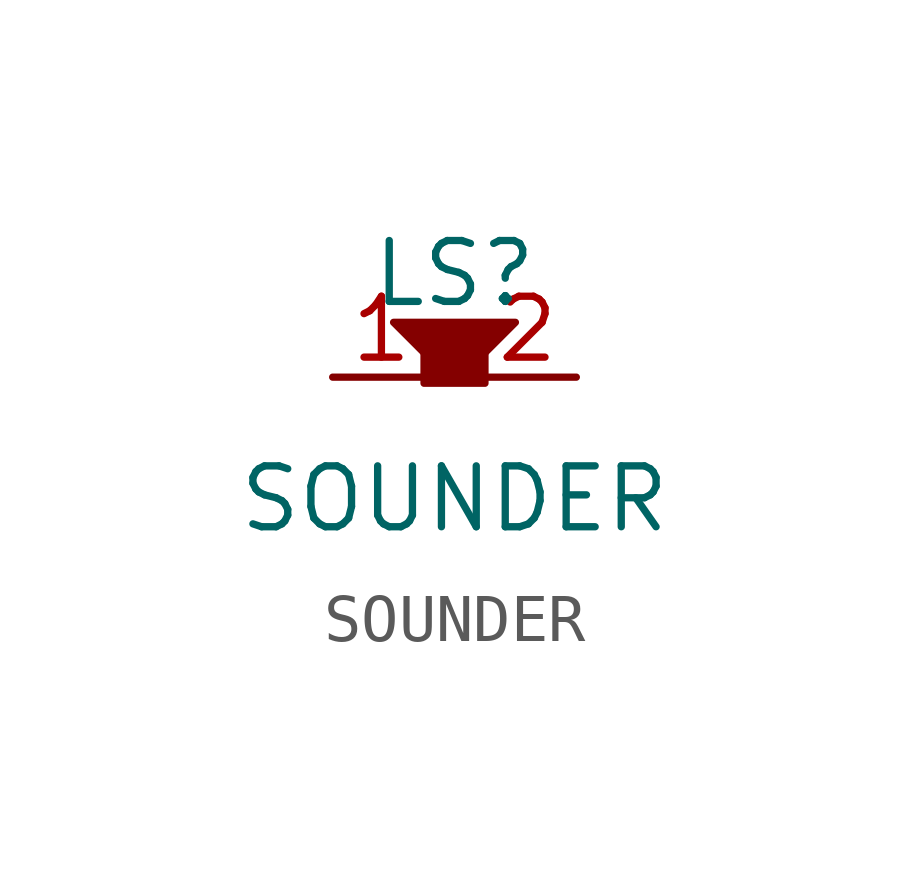
<source format=kicad_sym>
(kicad_symbol_lib
  (version 20211014)
  (generator kicad_symbol_editor)
  (symbol "SOUNDER"
    (pin_names
      (offset 0) hide)
    (property "Reference" "LS"
      (at 0 2.159 0)
      (effects (font (size 1.27 1.27))))
    (property "Value" "SOUNDER"
      (at 0 -2.54 0)
      (effects (font (size 1.27 1.27))))
    (symbol "SOUNDER_0_1"
      (rectangle (start -0.635 -0.127) (end 0.635 0.508) (stroke (width 0) (type default) (color 0 0 0 0)) (fill (type outline)))
      (polyline (pts (xy -0.635 0.508) (xy -1.27 1.143) (xy 1.27 1.143) (xy 0.635 0.508)) (stroke (width 0) (type default) (color 0 0 0 0)) (fill (type outline))))
    (symbol "SOUNDER_1_1"
      (pin passive line (at -2.54 0 0) (length 2.032) (name "~" (effects (font (size 1.27 1.27)))) (number "1" (effects (font (size 1.27 1.27)))))
      (pin passive line (at 2.54 0 180) (length 2.032) (name "~" (effects (font (size 1.27 1.27)))) (number "2" (effects (font (size 1.27 1.27))))))))
</source>
